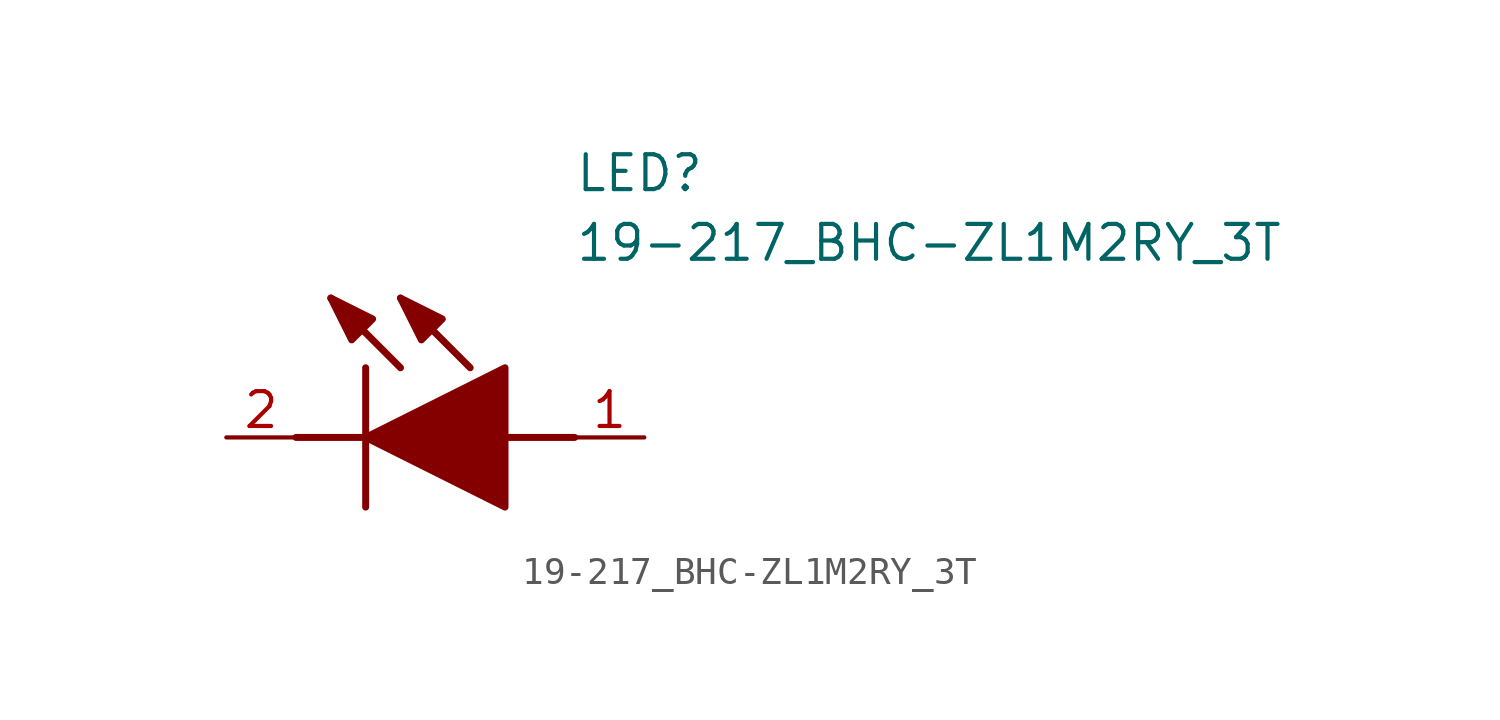
<source format=kicad_sym>
(kicad_symbol_lib
  (version 20211014)
  (generator SamacSys_ECAD_Model)
  (symbol "19-217_BHC-ZL1M2RY_3T"
    (pin_names hide)
    (property "Reference" "LED"
      (at 12.7 8.89 0)
      (effects (font (size 1.27 1.27)) (justify left bottom)))
    (property "Value" "19-217_BHC-ZL1M2RY_3T"
      (at 12.7 6.35 0)
      (effects (font (size 1.27 1.27)) (justify left bottom)))
    (polyline
      (pts (xy 5.08 2.54) (xy 5.08 -2.54))
      (stroke (width 0.254) (type default))
      (fill (type none)))
    (polyline
      (pts (xy 6.35 2.54) (xy 3.81 5.08))
      (stroke (width 0.254) (type default))
      (fill (type none)))
    (polyline
      (pts (xy 8.89 2.54) (xy 6.35 5.08))
      (stroke (width 0.254) (type default))
      (fill (type none)))
    (polyline
      (pts (xy 2.54 0) (xy 5.08 0))
      (stroke (width 0.254) (type default))
      (fill (type none)))
    (polyline
      (pts (xy 10.16 0) (xy 12.7 0))
      (stroke (width 0.254) (type default))
      (fill (type none)))
    (polyline
      (pts (xy 5.08 0) (xy 10.16 2.54) (xy 10.16 -2.54) (xy 5.08 0))
      (stroke (width 0.254) (type default))
      (fill (type outline)))
    (polyline
      (pts (xy 5.334 4.318) (xy 4.572 3.556) (xy 3.81 5.08) (xy 5.334 4.318))
      (stroke (width 0.254) (type default))
      (fill (type outline)))
    (polyline
      (pts (xy 7.874 4.318) (xy 7.112 3.556) (xy 6.35 5.08) (xy 7.874 4.318))
      (stroke (width 0.254) (type default))
      (fill (type outline)))
    (pin passive line
      (at 0 0 0)
      (length 2.54)
      (name "K" (effects (font (size 1.27 1.27))))
      (number "2" (effects (font (size 1.27 1.27)))))
    (pin passive line
      (at 15.24 0 180)
      (length 2.54)
      (name "A" (effects (font (size 1.27 1.27))))
      (number "1" (effects (font (size 1.27 1.27)))))))
</source>
